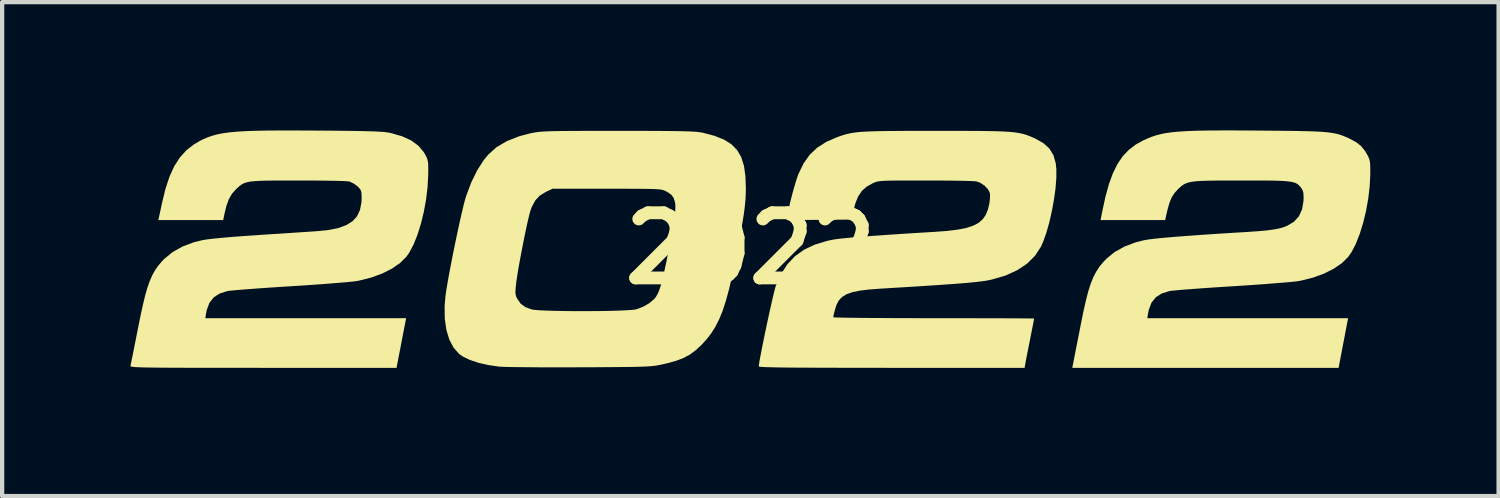
<source format=kicad_pcb>
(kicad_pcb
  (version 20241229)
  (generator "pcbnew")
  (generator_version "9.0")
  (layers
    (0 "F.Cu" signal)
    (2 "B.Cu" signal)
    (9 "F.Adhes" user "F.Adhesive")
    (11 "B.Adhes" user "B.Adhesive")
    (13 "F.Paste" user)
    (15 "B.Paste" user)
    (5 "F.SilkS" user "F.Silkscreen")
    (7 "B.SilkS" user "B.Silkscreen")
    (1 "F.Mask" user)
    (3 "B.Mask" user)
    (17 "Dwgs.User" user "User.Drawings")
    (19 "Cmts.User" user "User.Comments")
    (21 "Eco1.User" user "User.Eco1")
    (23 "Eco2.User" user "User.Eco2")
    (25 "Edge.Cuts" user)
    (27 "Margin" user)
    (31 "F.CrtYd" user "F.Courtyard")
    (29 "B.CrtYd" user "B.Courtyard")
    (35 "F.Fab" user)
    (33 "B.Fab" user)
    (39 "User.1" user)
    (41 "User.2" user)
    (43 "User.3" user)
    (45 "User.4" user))
  (footprint "2022"
    (layer "F.Cu")
    (at 14.5 2.76)
    (property "Reference" "2022" (at 0 0 0) (layer "F.SilkS") (effects (font (size 1.524 1.524) (thickness 0.3))))
    (attr board_only exclude_from_pos_files exclude_from_bom)
    (fp_poly (pts (xy 11.317 -2.76) (xy 11.703 -2.758) (xy 11.912 -2.756) (xy 12.265 -2.753) (xy 12.568 -2.75) (xy 12.826 -2.746) (xy 13.043 -2.741) (xy 13.224 -2.735) (xy 13.375 -2.726) (xy 13.501 -2.715) (xy 13.606 -2.701) (xy 13.696 -2.684) (xy 13.775 -2.663) (xy 13.848 -2.638) (xy 13.921 -2.608) (xy 13.998 -2.574) (xy 13.999 -2.573) (xy 14.155 -2.49) (xy 14.272 -2.401) (xy 14.363 -2.291) (xy 14.415 -2.206) (xy 14.45 -2.141) (xy 14.473 -2.084) (xy 14.486 -2.023) (xy 14.493 -1.943) (xy 14.494 -1.831) (xy 14.494 -1.727) (xy 14.48 -1.45) (xy 14.446 -1.162) (xy 14.394 -0.875) (xy 14.327 -0.598) (xy 14.247 -0.339) (xy 14.156 -0.109) (xy 14.058 0.082) (xy 13.98 0.195) (xy 13.834 0.34) (xy 13.641 0.473) (xy 13.411 0.589) (xy 13.151 0.683) (xy 12.871 0.753) (xy 12.82 0.762) (xy 12.746 0.772) (xy 12.624 0.785) (xy 12.46 0.799) (xy 12.26 0.815) (xy 12.032 0.833) (xy 11.781 0.851) (xy 11.515 0.869) (xy 11.265 0.885) (xy 10.994 0.902) (xy 10.736 0.919) (xy 10.497 0.936) (xy 10.283 0.952) (xy 10.1 0.966) (xy 9.954 0.979) (xy 9.851 0.989) (xy 9.799 0.996) (xy 9.615 1.054) (xy 9.476 1.144) (xy 9.376 1.27) (xy 9.314 1.436) (xy 9.298 1.514) (xy 9.28 1.631) (xy 13.975 1.631) (xy 13.864 2.211) (xy 13.753 2.792) (xy 7.525 2.792) (xy 7.562 2.605) (xy 7.578 2.524) (xy 7.602 2.399) (xy 7.633 2.24) (xy 7.669 2.06) (xy 7.707 1.867) (xy 7.726 1.769) (xy 7.787 1.466) (xy 7.845 1.212) (xy 7.9 0.999) (xy 7.957 0.821) (xy 8.018 0.671) (xy 8.085 0.542) (xy 8.16 0.427) (xy 8.248 0.321) (xy 8.323 0.241) (xy 8.514 0.085) (xy 8.747 -0.045) (xy 9.013 -0.145) (xy 9.206 -0.193) (xy 9.293 -0.208) (xy 9.411 -0.223) (xy 9.563 -0.24) (xy 9.752 -0.257) (xy 9.979 -0.276) (xy 10.249 -0.296) (xy 10.564 -0.319) (xy 10.927 -0.343) (xy 11.34 -0.369) (xy 11.636 -0.387) (xy 11.88 -0.404) (xy 12.077 -0.422) (xy 12.235 -0.443) (xy 12.363 -0.468) (xy 12.469 -0.498) (xy 12.548 -0.529) (xy 12.707 -0.623) (xy 12.824 -0.75) (xy 12.898 -0.911) (xy 12.932 -1.109) (xy 12.935 -1.191) (xy 12.93 -1.295) (xy 12.91 -1.367) (xy 12.868 -1.43) (xy 12.865 -1.433) (xy 12.832 -1.47) (xy 12.798 -1.501) (xy 12.757 -1.526) (xy 12.704 -1.545) (xy 12.634 -1.56) (xy 12.541 -1.572) (xy 12.42 -1.58) (xy 12.267 -1.585) (xy 12.075 -1.588) (xy 11.84 -1.589) (xy 11.556 -1.589) (xy 11.484 -1.589) (xy 11.186 -1.589) (xy 10.938 -1.588) (xy 10.734 -1.585) (xy 10.569 -1.581) (xy 10.437 -1.573) (xy 10.333 -1.561) (xy 10.252 -1.545) (xy 10.187 -1.524) (xy 10.133 -1.498) (xy 10.085 -1.465) (xy 10.038 -1.424) (xy 10.012 -1.401) (xy 9.922 -1.305) (xy 9.853 -1.2) (xy 9.798 -1.069) (xy 9.751 -0.901) (xy 9.742 -0.864) (xy 9.697 -0.663) (xy 8.187 -0.663) (xy 8.223 -0.85) (xy 8.299 -1.202) (xy 8.382 -1.504) (xy 8.476 -1.761) (xy 8.583 -1.977) (xy 8.706 -2.158) (xy 8.848 -2.307) (xy 9.012 -2.431) (xy 9.184 -2.526) (xy 9.285 -2.572) (xy 9.384 -2.612) (xy 9.488 -2.646) (xy 9.599 -2.675) (xy 9.723 -2.699) (xy 9.863 -2.718) (xy 10.026 -2.733) (xy 10.214 -2.745) (xy 10.433 -2.753) (xy 10.687 -2.758) (xy 10.98 -2.76)) (stroke (width 0) (type solid)) (fill yes) (layer "F.SilkS"))
    (fp_poly (pts (xy -10.246 -2.757) (xy -10.116 -2.756) (xy -9.78 -2.754) (xy -9.494 -2.751) (xy -9.254 -2.748) (xy -9.055 -2.744) (xy -8.891 -2.74) (xy -8.758 -2.735) (xy -8.652 -2.729) (xy -8.566 -2.723) (xy -8.497 -2.714) (xy -8.44 -2.705) (xy -8.402 -2.697) (xy -8.144 -2.622) (xy -7.935 -2.526) (xy -7.77 -2.405) (xy -7.645 -2.259) (xy -7.613 -2.206) (xy -7.578 -2.141) (xy -7.556 -2.085) (xy -7.542 -2.024) (xy -7.536 -1.946) (xy -7.535 -1.835) (xy -7.536 -1.727) (xy -7.551 -1.441) (xy -7.586 -1.147) (xy -7.639 -0.856) (xy -7.707 -0.577) (xy -7.788 -0.318) (xy -7.88 -0.09) (xy -7.98 0.099) (xy -8.048 0.195) (xy -8.194 0.34) (xy -8.387 0.473) (xy -8.617 0.589) (xy -8.877 0.683) (xy -9.157 0.753) (xy -9.208 0.762) (xy -9.282 0.772) (xy -9.404 0.785) (xy -9.568 0.799) (xy -9.768 0.815) (xy -9.996 0.833) (xy -10.247 0.851) (xy -10.513 0.869) (xy -10.763 0.885) (xy -11.034 0.902) (xy -11.292 0.919) (xy -11.531 0.936) (xy -11.745 0.952) (xy -11.928 0.966) (xy -12.074 0.979) (xy -12.177 0.989) (xy -12.23 0.996) (xy -12.413 1.054) (xy -12.552 1.144) (xy -12.652 1.27) (xy -12.714 1.436) (xy -12.73 1.514) (xy -12.749 1.631) (xy -8.053 1.631) (xy -8.165 2.211) (xy -8.277 2.792) (xy -11.395 2.792) (xy -11.877 2.791) (xy -12.307 2.791) (xy -12.688 2.791) (xy -13.022 2.791) (xy -13.312 2.79) (xy -13.563 2.789) (xy -13.776 2.788) (xy -13.954 2.786) (xy -14.101 2.784) (xy -14.219 2.781) (xy -14.312 2.778) (xy -14.383 2.775) (xy -14.433 2.77) (xy -14.468 2.765) (xy -14.488 2.76) (xy -14.498 2.754) (xy -14.5 2.746) (xy -14.5 2.743) (xy -14.491 2.704) (xy -14.473 2.619) (xy -14.447 2.493) (xy -14.416 2.336) (xy -14.38 2.153) (xy -14.34 1.953) (xy -14.333 1.915) (xy -14.269 1.598) (xy -14.211 1.331) (xy -14.157 1.106) (xy -14.103 0.917) (xy -14.047 0.759) (xy -13.988 0.624) (xy -13.923 0.508) (xy -13.85 0.403) (xy -13.766 0.305) (xy -13.705 0.241) (xy -13.514 0.085) (xy -13.282 -0.045) (xy -13.016 -0.145) (xy -12.822 -0.193) (xy -12.713 -0.211) (xy -12.553 -0.23) (xy -12.346 -0.25) (xy -12.095 -0.272) (xy -11.806 -0.293) (xy -11.484 -0.315) (xy -11.234 -0.332) (xy -10.991 -0.347) (xy -10.763 -0.362) (xy -10.558 -0.376) (xy -10.385 -0.387) (xy -10.25 -0.396) (xy -10.162 -0.402) (xy -10.157 -0.402) (xy -9.872 -0.431) (xy -9.637 -0.478) (xy -9.449 -0.547) (xy -9.304 -0.638) (xy -9.199 -0.755) (xy -9.132 -0.9) (xy -9.098 -1.076) (xy -9.093 -1.193) (xy -9.096 -1.29) (xy -9.109 -1.353) (xy -9.141 -1.403) (xy -9.191 -1.454) (xy -9.273 -1.515) (xy -9.363 -1.559) (xy -9.391 -1.567) (xy -9.441 -1.572) (xy -9.54 -1.577) (xy -9.68 -1.581) (xy -9.856 -1.584) (xy -10.061 -1.587) (xy -10.288 -1.588) (xy -10.53 -1.589) (xy -10.586 -1.589) (xy -10.878 -1.589) (xy -11.12 -1.588) (xy -11.319 -1.586) (xy -11.479 -1.581) (xy -11.606 -1.573) (xy -11.707 -1.562) (xy -11.785 -1.545) (xy -11.848 -1.524) (xy -11.9 -1.496) (xy -11.948 -1.461) (xy -11.996 -1.418) (xy -12.027 -1.389) (xy -12.124 -1.281) (xy -12.198 -1.154) (xy -12.256 -0.994) (xy -12.298 -0.822) (xy -12.331 -0.663) (xy -13.848 -0.663) (xy -13.834 -0.726) (xy -13.822 -0.779) (xy -13.802 -0.871) (xy -13.778 -0.986) (xy -13.762 -1.06) (xy -13.68 -1.396) (xy -13.585 -1.683) (xy -13.474 -1.925) (xy -13.343 -2.128) (xy -13.191 -2.296) (xy -13.014 -2.434) (xy -12.892 -2.506) (xy -12.794 -2.556) (xy -12.694 -2.599) (xy -12.588 -2.635) (xy -12.472 -2.667) (xy -12.342 -2.693) (xy -12.192 -2.714) (xy -12.019 -2.73) (xy -11.819 -2.743) (xy -11.586 -2.751) (xy -11.317 -2.757) (xy -11.006 -2.759) (xy -10.651 -2.759)) (stroke (width 0) (type solid)) (fill yes) (layer "F.SilkS"))
    (fp_poly (pts (xy -3.096 -2.749) (xy -2.73 -2.749) (xy -2.415 -2.749) (xy -2.146 -2.748) (xy -1.92 -2.746) (xy -1.731 -2.744) (xy -1.576 -2.741) (xy -1.45 -2.737) (xy -1.348 -2.733) (xy -1.266 -2.727) (xy -1.2 -2.72) (xy -1.146 -2.712) (xy -1.106 -2.704) (xy -0.839 -2.633) (xy -0.621 -2.546) (xy -0.447 -2.437) (xy -0.313 -2.301) (xy -0.216 -2.134) (xy -0.152 -1.931) (xy -0.118 -1.687) (xy -0.108 -1.411) (xy -0.11 -1.292) (xy -0.115 -1.174) (xy -0.125 -1.053) (xy -0.14 -0.919) (xy -0.161 -0.768) (xy -0.19 -0.593) (xy -0.226 -0.386) (xy -0.272 -0.141) (xy -0.329 0.148) (xy -0.357 0.29) (xy -0.431 0.65) (xy -0.503 0.96) (xy -0.576 1.227) (xy -0.651 1.457) (xy -0.732 1.656) (xy -0.82 1.83) (xy -0.918 1.985) (xy -1.028 2.127) (xy -1.146 2.255) (xy -1.28 2.38) (xy -1.412 2.478) (xy -1.556 2.557) (xy -1.723 2.622) (xy -1.926 2.68) (xy -2.06 2.711) (xy -2.119 2.723) (xy -2.176 2.734) (xy -2.236 2.743) (xy -2.303 2.751) (xy -2.383 2.757) (xy -2.48 2.762) (xy -2.599 2.767) (xy -2.745 2.77) (xy -2.923 2.772) (xy -3.137 2.774) (xy -3.393 2.776) (xy -3.695 2.778) (xy -3.994 2.779) (xy -4.299 2.78) (xy -4.593 2.78) (xy -4.871 2.78) (xy -5.127 2.778) (xy -5.356 2.776) (xy -5.551 2.774) (xy -5.706 2.771) (xy -5.817 2.767) (xy -5.873 2.764) (xy -6.129 2.727) (xy -6.362 2.674) (xy -6.564 2.606) (xy -6.727 2.527) (xy -6.814 2.466) (xy -6.943 2.32) (xy -7.043 2.131) (xy -7.112 1.903) (xy -7.149 1.642) (xy -7.153 1.352) (xy -7.133 1.116) (xy -7.119 1.017) (xy -5.497 1.017) (xy -5.493 1.077) (xy -5.478 1.128) (xy -5.454 1.176) (xy -5.374 1.292) (xy -5.264 1.372) (xy -5.122 1.425) (xy -5.052 1.436) (xy -4.933 1.446) (xy -4.776 1.453) (xy -4.586 1.459) (xy -4.373 1.463) (xy -4.144 1.466) (xy -3.906 1.466) (xy -3.668 1.465) (xy -3.438 1.463) (xy -3.223 1.458) (xy -3.031 1.452) (xy -2.87 1.444) (xy -2.748 1.435) (xy -2.673 1.424) (xy -2.671 1.423) (xy -2.515 1.366) (xy -2.371 1.283) (xy -2.254 1.186) (xy -2.215 1.139) (xy -2.177 1.074) (xy -2.139 0.989) (xy -2.101 0.877) (xy -2.061 0.731) (xy -2.018 0.548) (xy -1.969 0.32) (xy -1.924 0.097) (xy -1.869 -0.185) (xy -1.826 -0.419) (xy -1.794 -0.609) (xy -1.772 -0.762) (xy -1.76 -0.882) (xy -1.756 -0.976) (xy -1.76 -1.048) (xy -1.767 -1.086) (xy -1.797 -1.18) (xy -1.845 -1.249) (xy -1.924 -1.308) (xy -1.974 -1.336) (xy -2.002 -1.35) (xy -2.03 -1.361) (xy -2.065 -1.371) (xy -2.111 -1.379) (xy -2.174 -1.384) (xy -2.258 -1.389) (xy -2.369 -1.392) (xy -2.512 -1.394) (xy -2.691 -1.395) (xy -2.913 -1.396) (xy -3.182 -1.396) (xy -3.358 -1.396) (xy -4.629 -1.396) (xy -4.784 -1.323) (xy -4.923 -1.239) (xy -5.029 -1.128) (xy -5.11 -0.979) (xy -5.141 -0.898) (xy -5.165 -0.814) (xy -5.197 -0.685) (xy -5.234 -0.521) (xy -5.274 -0.332) (xy -5.315 -0.127) (xy -5.356 0.083) (xy -5.395 0.289) (xy -5.429 0.48) (xy -5.456 0.649) (xy -5.476 0.783) (xy -5.478 0.805) (xy -5.492 0.931) (xy -5.497 1.017) (xy -7.119 1.017) (xy -7.113 0.976) (xy -7.083 0.796) (xy -7.045 0.585) (xy -7.001 0.353) (xy -6.953 0.108) (xy -6.902 -0.142) (xy -6.85 -0.388) (xy -6.8 -0.62) (xy -6.752 -0.831) (xy -6.709 -1.011) (xy -6.672 -1.151) (xy -6.65 -1.224) (xy -6.53 -1.543) (xy -6.392 -1.825) (xy -6.239 -2.064) (xy -6.132 -2.195) (xy -5.935 -2.37) (xy -5.692 -2.513) (xy -5.405 -2.625) (xy -5.168 -2.687) (xy -5.109 -2.7) (xy -5.053 -2.711) (xy -4.995 -2.72) (xy -4.931 -2.727) (xy -4.857 -2.733) (xy -4.767 -2.738) (xy -4.658 -2.742) (xy -4.523 -2.745) (xy -4.36 -2.747) (xy -4.163 -2.748) (xy -3.927 -2.749) (xy -3.648 -2.749) (xy -3.321 -2.749)) (stroke (width 0) (type solid)) (fill yes) (layer "F.SilkS"))
    (fp_poly (pts (xy 4.713 -2.75) (xy 5.037 -2.749) (xy 5.314 -2.748) (xy 5.55 -2.745) (xy 5.749 -2.741) (xy 5.917 -2.735) (xy 6.056 -2.726) (xy 6.174 -2.715) (xy 6.273 -2.7) (xy 6.358 -2.683) (xy 6.435 -2.661) (xy 6.507 -2.635) (xy 6.58 -2.605) (xy 6.658 -2.57) (xy 6.668 -2.565) (xy 6.855 -2.459) (xy 6.992 -2.333) (xy 7.085 -2.18) (xy 7.138 -1.994) (xy 7.153 -1.849) (xy 7.152 -1.642) (xy 7.133 -1.402) (xy 7.097 -1.142) (xy 7.048 -0.875) (xy 6.989 -0.614) (xy 6.921 -0.373) (xy 6.847 -0.164) (xy 6.793 -0.042) (xy 6.654 0.171) (xy 6.47 0.354) (xy 6.239 0.508) (xy 5.965 0.633) (xy 5.648 0.726) (xy 5.569 0.743) (xy 5.499 0.756) (xy 5.415 0.768) (xy 5.314 0.78) (xy 5.192 0.793) (xy 5.045 0.807) (xy 4.868 0.821) (xy 4.659 0.837) (xy 4.413 0.854) (xy 4.127 0.873) (xy 3.797 0.894) (xy 3.419 0.917) (xy 3.026 0.941) (xy 2.762 0.961) (xy 2.547 0.988) (xy 2.375 1.025) (xy 2.241 1.073) (xy 2.14 1.136) (xy 2.065 1.217) (xy 2.012 1.317) (xy 1.978 1.422) (xy 1.955 1.513) (xy 1.939 1.581) (xy 1.935 1.609) (xy 1.962 1.612) (xy 2.04 1.615) (xy 2.165 1.618) (xy 2.334 1.621) (xy 2.542 1.623) (xy 2.785 1.626) (xy 3.06 1.627) (xy 3.361 1.629) (xy 3.686 1.63) (xy 4.03 1.631) (xy 4.284 1.631) (xy 4.639 1.631) (xy 4.978 1.631) (xy 5.296 1.632) (xy 5.59 1.632) (xy 5.856 1.633) (xy 6.09 1.634) (xy 6.287 1.635) (xy 6.443 1.636) (xy 6.556 1.637) (xy 6.62 1.639) (xy 6.633 1.64) (xy 6.628 1.669) (xy 6.614 1.743) (xy 6.592 1.853) (xy 6.565 1.99) (xy 6.54 2.117) (xy 6.508 2.279) (xy 6.478 2.429) (xy 6.453 2.556) (xy 6.435 2.649) (xy 6.428 2.688) (xy 6.41 2.792) (xy 3.302 2.792) (xy 2.803 2.791) (xy 2.357 2.791) (xy 1.962 2.79) (xy 1.614 2.789) (xy 1.311 2.788) (xy 1.051 2.787) (xy 0.831 2.785) (xy 0.648 2.782) (xy 0.5 2.779) (xy 0.384 2.776) (xy 0.298 2.772) (xy 0.24 2.768) (xy 0.206 2.763) (xy 0.194 2.757) (xy 0.194 2.757) (xy 0.2 2.703) (xy 0.216 2.604) (xy 0.242 2.468) (xy 0.274 2.302) (xy 0.312 2.115) (xy 0.353 1.916) (xy 0.396 1.713) (xy 0.439 1.514) (xy 0.481 1.327) (xy 0.519 1.16) (xy 0.552 1.022) (xy 0.578 0.922) (xy 0.594 0.87) (xy 0.716 0.597) (xy 0.863 0.369) (xy 1.041 0.181) (xy 1.252 0.03) (xy 1.502 -0.089) (xy 1.796 -0.178) (xy 1.924 -0.205) (xy 2.021 -0.22) (xy 2.172 -0.237) (xy 2.374 -0.256) (xy 2.627 -0.277) (xy 2.928 -0.299) (xy 3.276 -0.323) (xy 3.669 -0.349) (xy 4.105 -0.376) (xy 4.293 -0.387) (xy 4.592 -0.409) (xy 4.841 -0.439) (xy 5.044 -0.479) (xy 5.208 -0.532) (xy 5.335 -0.599) (xy 5.432 -0.684) (xy 5.504 -0.789) (xy 5.554 -0.916) (xy 5.584 -1.039) (xy 5.598 -1.145) (xy 5.602 -1.242) (xy 5.598 -1.296) (xy 5.554 -1.384) (xy 5.474 -1.469) (xy 5.372 -1.536) (xy 5.286 -1.567) (xy 5.236 -1.572) (xy 5.137 -1.577) (xy 4.996 -1.581) (xy 4.82 -1.584) (xy 4.615 -1.587) (xy 4.388 -1.588) (xy 4.146 -1.589) (xy 4.091 -1.589) (xy 3.816 -1.589) (xy 3.591 -1.589) (xy 3.41 -1.588) (xy 3.267 -1.586) (xy 3.157 -1.583) (xy 3.073 -1.578) (xy 3.01 -1.571) (xy 2.962 -1.563) (xy 2.923 -1.552) (xy 2.889 -1.538) (xy 2.861 -1.526) (xy 2.718 -1.446) (xy 2.608 -1.349) (xy 2.522 -1.224) (xy 2.455 -1.062) (xy 2.408 -0.891) (xy 2.358 -0.677) (xy 0.85 -0.662) (xy 0.87 -0.794) (xy 0.894 -0.921) (xy 0.929 -1.081) (xy 0.973 -1.256) (xy 1.021 -1.431) (xy 1.069 -1.589) (xy 1.111 -1.714) (xy 1.122 -1.742) (xy 1.241 -1.988) (xy 1.384 -2.19) (xy 1.559 -2.356) (xy 1.772 -2.492) (xy 2.03 -2.604) (xy 2.042 -2.608) (xy 2.121 -2.636) (xy 2.196 -2.66) (xy 2.272 -2.68) (xy 2.352 -2.697) (xy 2.443 -2.711) (xy 2.549 -2.723) (xy 2.673 -2.731) (xy 2.822 -2.738) (xy 3 -2.743) (xy 3.211 -2.746) (xy 3.46 -2.748) (xy 3.752 -2.75) (xy 4.091 -2.75) (xy 4.339 -2.75)) (stroke (width 0) (type solid)) (fill yes) (layer "F.SilkS")))
  (gr_rect
    (start -3 -3)
    (end 31.995 8.551)
    (stroke (width 0.1) (type default))
    (fill no)
    (layer "Edge.Cuts")))
</source>
